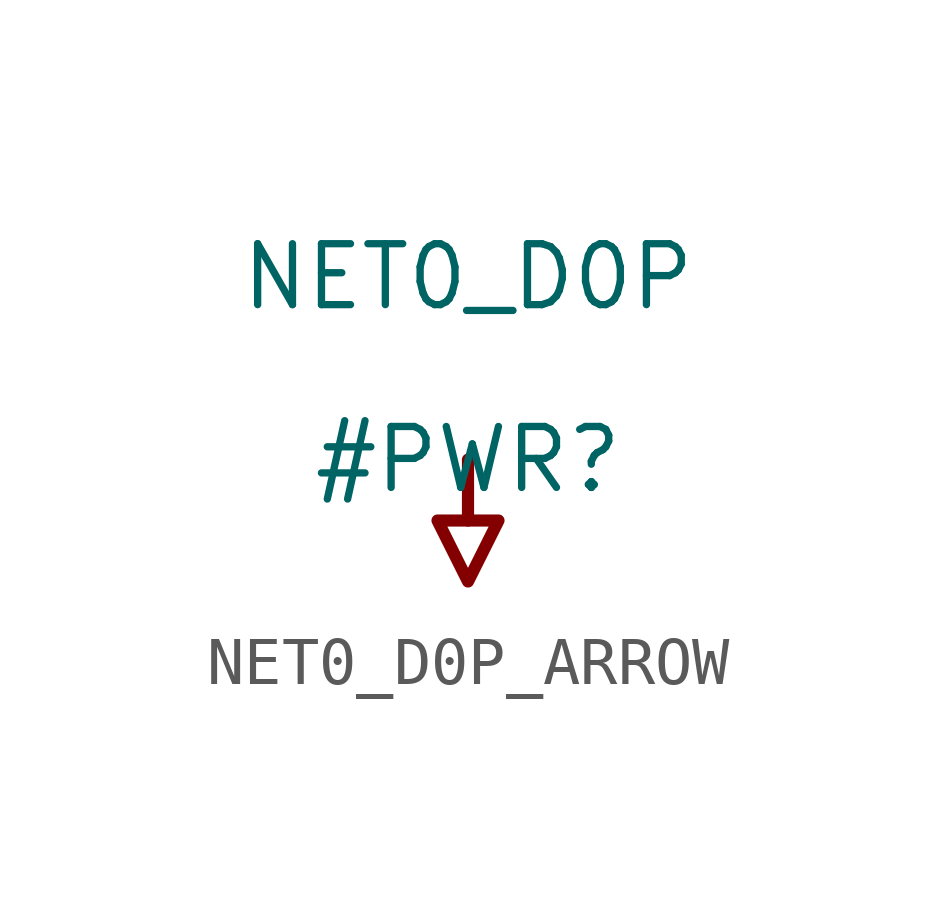
<source format=kicad_sym>
(kicad_symbol_lib
  (version 20231120)
  (generator "kicad_symbol_editor")
  (generator_version "8.0")
  (symbol "NET0_D0P_ARROW"
    (power)
    (property "Reference" "#PWR"
      (at 0 0 0)
      (effects (font (size 1.27 1.27))))
    (property "Value" "NET0_D0P"
      (at 0 3.81 0)
      (effects (font (size 1.27 1.27))))
    (symbol "NET0_D0P_ARROW_0_0"
      (polyline (pts (xy 0 0) (xy 0 -1.27)) (stroke (width 0.254) (type solid)) (fill (type none)))
      (polyline (pts (xy -0.635 -1.27) (xy 0.635 -1.27) (xy 0 -2.54) (xy -0.635 -1.27)) (stroke (width 0.254) (type solid)) (fill (type none)))
      (pin power_in line (at 0 0 0) (length 0) hide (name "NET0_D0P" (effects (font (size 1.27 1.27)))) (number "" (effects (font (size 1.27 1.27))))))))
</source>
